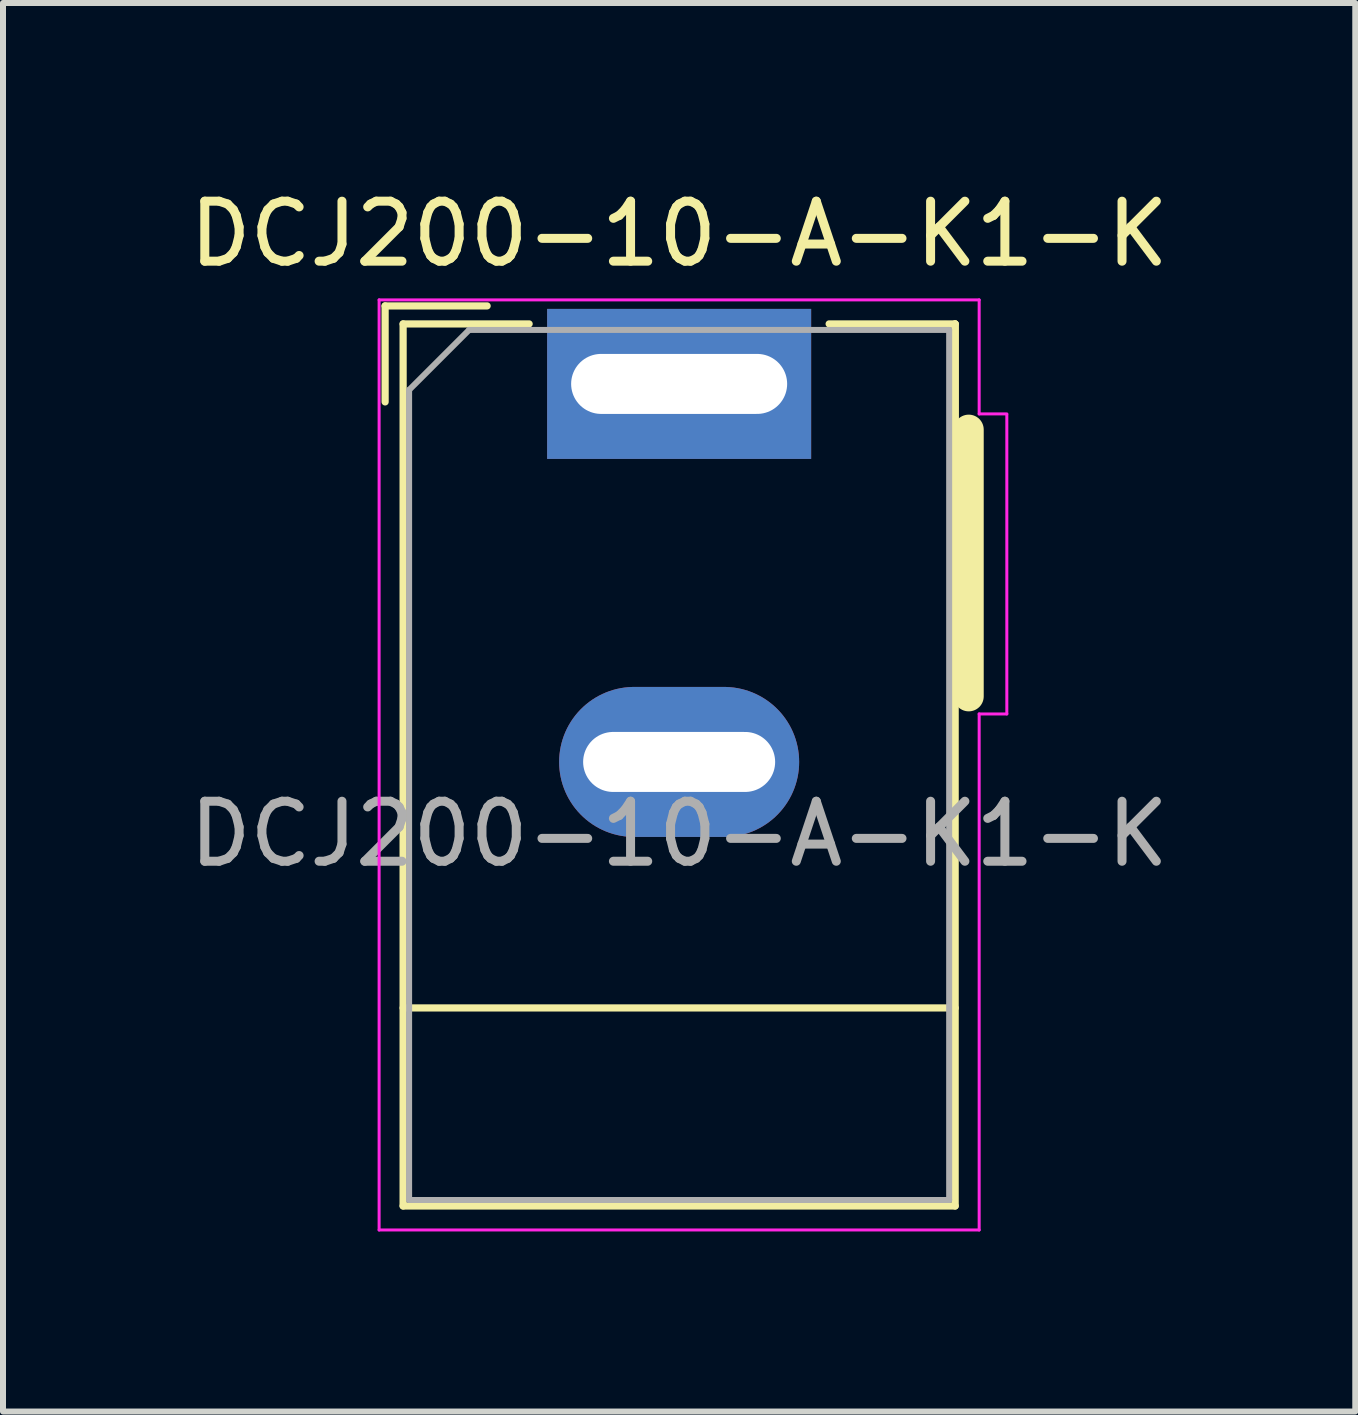
<source format=kicad_pcb>
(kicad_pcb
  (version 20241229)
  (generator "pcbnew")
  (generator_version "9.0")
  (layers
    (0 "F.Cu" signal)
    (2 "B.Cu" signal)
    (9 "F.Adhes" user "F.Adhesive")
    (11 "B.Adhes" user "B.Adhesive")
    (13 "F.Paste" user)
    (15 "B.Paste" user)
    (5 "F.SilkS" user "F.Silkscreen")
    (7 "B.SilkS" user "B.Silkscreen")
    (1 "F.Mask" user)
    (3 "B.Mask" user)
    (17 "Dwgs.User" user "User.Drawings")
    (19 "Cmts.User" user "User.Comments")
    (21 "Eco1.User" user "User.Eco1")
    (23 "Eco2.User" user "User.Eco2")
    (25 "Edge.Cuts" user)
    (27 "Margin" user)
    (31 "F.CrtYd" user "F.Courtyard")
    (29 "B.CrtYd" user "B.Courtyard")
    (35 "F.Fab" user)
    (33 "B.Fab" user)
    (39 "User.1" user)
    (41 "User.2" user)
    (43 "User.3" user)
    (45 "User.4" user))
  (footprint "DCJ200-10-A-K1-K"
    (layer "F.Cu")
    (at 8.268 3.348)
    (property "Reference" "DCJ200-10-A-K1-K" (at 0 -2.5 0) (layer "F.SilkS") (effects (font (size 1 1) (thickness 0.15))))
    (attr through_hole)
    (fp_line (start -4.9 -1.3) (end -4.9 0.3) (stroke (width 0.12) (type solid)) (layer "F.SilkS"))
    (fp_line (start -4.6 -1) (end -2.5 -1) (stroke (width 0.12) (type solid)) (layer "F.SilkS"))
    (fp_line (start -4.6 10.4) (end 4.6 10.4) (stroke (width 0.12) (type solid)) (layer "F.SilkS"))
    (fp_line (start -4.6 13.7) (end -4.6 -1) (stroke (width 0.12) (type solid)) (layer "F.SilkS"))
    (fp_line (start -3.2 -1.3) (end -4.9 -1.3) (stroke (width 0.12) (type solid)) (layer "F.SilkS"))
    (fp_line (start 2.5 -1) (end 4.6 -1) (stroke (width 0.12) (type solid)) (layer "F.SilkS"))
    (fp_line (start 4.6 -1) (end 4.6 0.8) (stroke (width 0.12) (type solid)) (layer "F.SilkS"))
    (fp_line (start 4.6 -1) (end 4.6 13.7) (stroke (width 0.12) (type solid)) (layer "F.SilkS"))
    (fp_line (start 4.6 13.7) (end -4.6 13.7) (stroke (width 0.12) (type solid)) (layer "F.SilkS"))
    (fp_line (start 4.826 0.762) (end 4.826 5.207) (stroke (width 0.5) (type solid)) (layer "F.SilkS"))
    (fp_line (start -5 -1.4) (end -5 14.1) (stroke (width 0.05) (type solid)) (layer "F.CrtYd"))
    (fp_line (start -5 14.1) (end 5 14.1) (stroke (width 0.05) (type solid)) (layer "F.CrtYd"))
    (fp_line (start 5 -1.4) (end -5 -1.4) (stroke (width 0.05) (type solid)) (layer "F.CrtYd"))
    (fp_line (start 5 0.5) (end 5 -1.4) (stroke (width 0.05) (type solid)) (layer "F.CrtYd"))
    (fp_line (start 5 14.1) (end 5 5.5) (stroke (width 0.05) (type solid)) (layer "F.CrtYd"))
    (fp_line (start 5.461 0.5) (end 5 0.5) (stroke (width 0.05) (type solid)) (layer "F.CrtYd"))
    (fp_line (start 5.461 0.508) (end 5.461 5.5) (stroke (width 0.05) (type solid)) (layer "F.CrtYd"))
    (fp_line (start 5.461 5.5) (end 5 5.5) (stroke (width 0.05) (type solid)) (layer "F.CrtYd"))
    (fp_line (start -4.5 0.1) (end -3.5 -0.9) (stroke (width 0.1) (type solid)) (layer "F.Fab"))
    (fp_line (start -4.5 13.6) (end -4.5 0.1) (stroke (width 0.1) (type solid)) (layer "F.Fab"))
    (fp_line (start 4.5 -0.9) (end -3.5 -0.9) (stroke (width 0.1) (type solid)) (layer "F.Fab"))
    (fp_line (start 4.5 -0.9) (end 4.5 13.6) (stroke (width 0.1) (type solid)) (layer "F.Fab"))
    (fp_line (start 4.5 13.6) (end -4.5 13.6) (stroke (width 0.1) (type solid)) (layer "F.Fab"))
    (fp_text user "${REFERENCE}" (at 0 7.5 0) (layer "F.Fab") (effects (font (size 1 1) (thickness 0.15))))
    (pad "1" thru_hole rect (at 0 0) (size 4.4 2.5) (drill oval 3.6 1) (layers "*.Cu" "*.Mask"))
    (pad "2" thru_hole oval (at 0 6.3) (size 4 2.5) (drill oval 3.2 1) (layers "*.Cu" "*.Mask")))
  (gr_rect
    (start -3 -3)
    (end 19.536 20.473)
    (stroke (width 0.1) (type default))
    (fill no)
    (layer "Edge.Cuts")))
</source>
